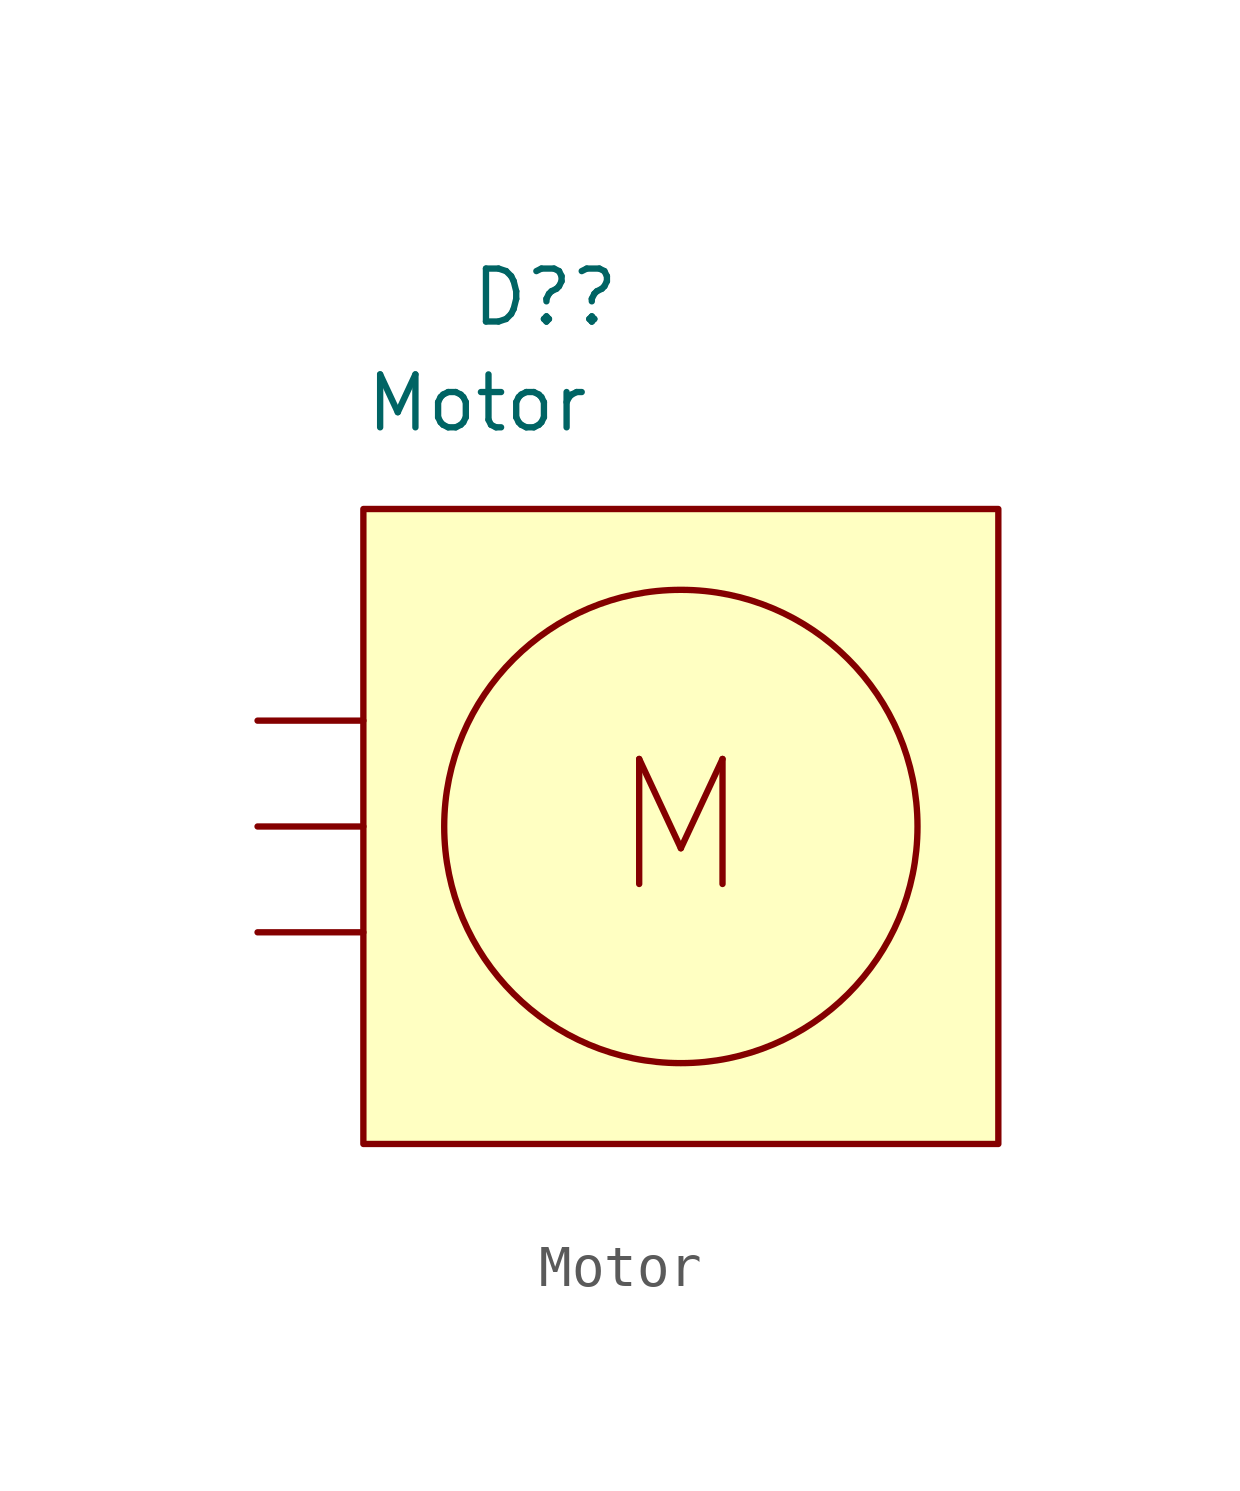
<source format=kicad_sym>
(kicad_symbol_lib
  (version 20211014)
  (generator kicad_symbol_editor)
  (symbol "Motor"
    (property "Reference" "D?"
      (at -5.08 12.7 0)
      (effects (font (size 1.27 1.27)) (justify left)))
    (property "Value" "Motor"
      (at -7.62 10.16 0)
      (effects (font (size 1.27 1.27)) (justify left)))
    (symbol "Motor_0_0"
      (text "M" (at 0 0 0) (effects (font (size 3 3)))))
    (symbol "Motor_0_1"
      (rectangle (start -7.62 7.62) (end 7.62 -7.62) (stroke (width 0) (type default) (color 0 0 0 0)) (fill (type background)))
      (circle (center 0 0) (radius 5.68) (stroke (width 0) (type default) (color 0 0 0 0)) (fill (type background))))
    (symbol "Motor_1_1"
      (pin input line (at -10.16 -2.54 0) (length 2.54) (name "" (effects (font (size 1.27 1.27)))) (number "" (effects (font (size 1.27 1.27)))))
      (pin input line (at -10.16 0 0) (length 2.54) (name "" (effects (font (size 1.27 1.27)))) (number "" (effects (font (size 1.27 1.27)))))
      (pin input line (at -10.16 2.54 0) (length 2.54) (name "" (effects (font (size 1.27 1.27)))) (number "" (effects (font (size 1.27 1.27))))))))
</source>
